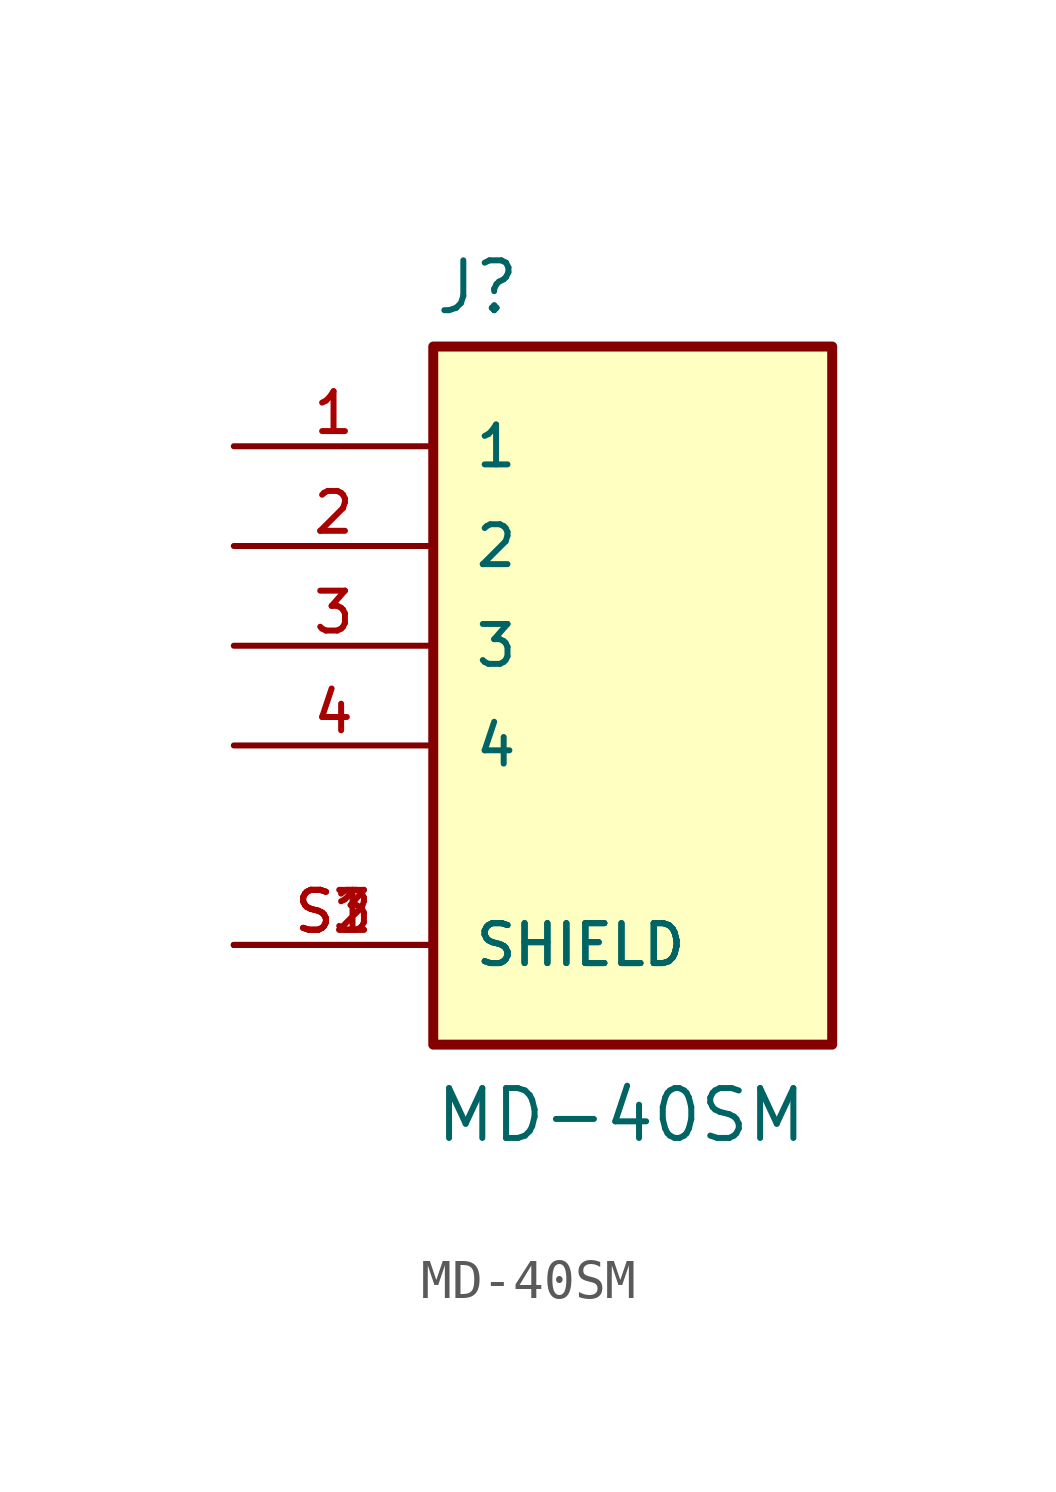
<source format=kicad_sym>
(kicad_symbol_lib
  (version 20211014)
  (generator kicad_symbol_editor)
  (symbol "MD-40SM"
    (pin_names
      (offset 1.016))
    (property "Reference" "J"
      (at -5.08 8.382 0)
      (effects (font (size 1.27 1.27)) (justify bottom left)))
    (property "Value" "MD-40SM"
      (at -5.08 -12.7 0)
      (effects (font (size 1.27 1.27)) (justify bottom left)))
    (symbol "MD-40SM_0_0"
      (rectangle (start -5.08 -10.16) (end 5.08 7.62) (stroke (width 0.254)) (fill (type background)))
      (pin passive line (at -10.16 2.54 0) (length 5.08) (name "2" (effects (font (size 1.016 1.016)))) (number "2" (effects (font (size 1.016 1.016)))))
      (pin passive line (at -10.16 5.08 0) (length 5.08) (name "1" (effects (font (size 1.016 1.016)))) (number "1" (effects (font (size 1.016 1.016)))))
      (pin passive line (at -10.16 0.0 0) (length 5.08) (name "3" (effects (font (size 1.016 1.016)))) (number "3" (effects (font (size 1.016 1.016)))))
      (pin passive line (at -10.16 -7.62 0) (length 5.08) (name "SHIELD" (effects (font (size 1.016 1.016)))) (number "S1" (effects (font (size 1.016 1.016)))))
      (pin passive line (at -10.16 -7.62 0) (length 5.08) (name "SHIELD" (effects (font (size 1.016 1.016)))) (number "S2" (effects (font (size 1.016 1.016)))))
      (pin passive line (at -10.16 -7.62 0) (length 5.08) (name "SHIELD" (effects (font (size 1.016 1.016)))) (number "S3" (effects (font (size 1.016 1.016)))))
      (pin passive line (at -10.16 -2.54 0) (length 5.08) (name "4" (effects (font (size 1.016 1.016)))) (number "4" (effects (font (size 1.016 1.016))))))))
</source>
